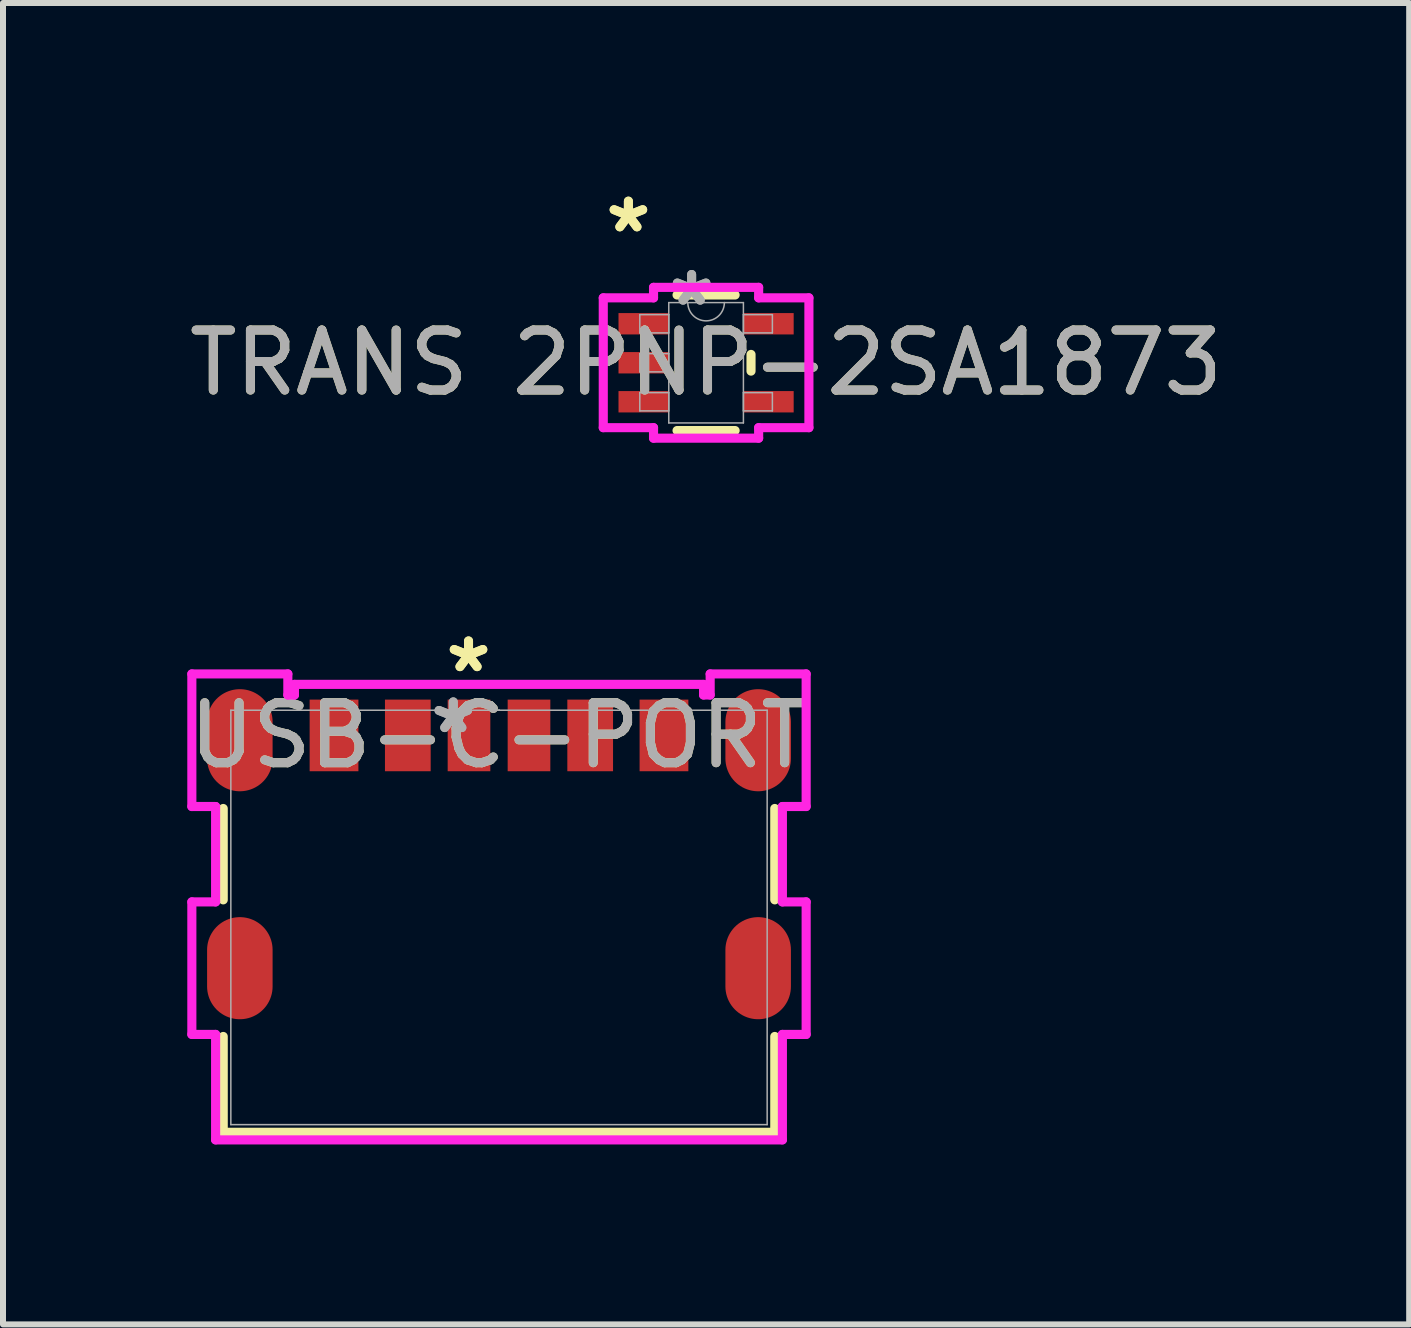
<source format=kicad_pcb>
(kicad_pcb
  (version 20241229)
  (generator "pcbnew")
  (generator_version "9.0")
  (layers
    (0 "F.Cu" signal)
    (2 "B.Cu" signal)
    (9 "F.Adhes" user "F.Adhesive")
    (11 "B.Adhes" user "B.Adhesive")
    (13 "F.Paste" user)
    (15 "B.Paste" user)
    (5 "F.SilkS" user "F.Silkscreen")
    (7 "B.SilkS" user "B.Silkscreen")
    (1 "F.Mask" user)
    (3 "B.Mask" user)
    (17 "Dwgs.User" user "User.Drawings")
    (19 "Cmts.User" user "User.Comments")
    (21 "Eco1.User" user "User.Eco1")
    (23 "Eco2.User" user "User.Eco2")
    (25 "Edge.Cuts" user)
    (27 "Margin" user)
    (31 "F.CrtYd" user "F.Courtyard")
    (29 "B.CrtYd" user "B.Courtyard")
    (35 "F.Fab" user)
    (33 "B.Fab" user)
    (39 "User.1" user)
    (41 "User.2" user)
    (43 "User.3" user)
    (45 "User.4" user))
  (footprint "USB-C-PORT"
    (layer "F.Cu")
    (at 5.268 12.243)
    (property "Reference" "USB-C-PORT" (at 0 -3.034 0) (unlocked yes) (layer "F.SilkS") (effects (font (size 1 1) (thickness 0.15))))
    (attr smd)
    (fp_line (start -4.597 -1.816) (end -4.597 -0.293) (stroke (width 0.152) (type solid)) (layer "F.SilkS"))
    (fp_line (start -4.597 1.984) (end -4.597 3.581) (stroke (width 0.152) (type solid)) (layer "F.SilkS"))
    (fp_line (start -4.597 3.581) (end 4.597 3.581) (stroke (width 0.152) (type solid)) (layer "F.SilkS"))
    (fp_line (start 4.597 -0.293) (end 4.597 -1.816) (stroke (width 0.152) (type solid)) (layer "F.SilkS"))
    (fp_line (start 4.597 3.581) (end 4.597 1.984) (stroke (width 0.152) (type solid)) (layer "F.SilkS"))
    (fp_line (start -5.12 -4.059) (end -5.12 -1.849) (stroke (width 0.152) (type solid)) (layer "F.CrtYd"))
    (fp_line (start -5.12 -1.849) (end -4.724 -1.849) (stroke (width 0.152) (type solid)) (layer "F.CrtYd"))
    (fp_line (start -5.12 -0.259) (end -5.12 1.95) (stroke (width 0.152) (type solid)) (layer "F.CrtYd"))
    (fp_line (start -5.12 1.95) (end -4.724 1.95) (stroke (width 0.152) (type solid)) (layer "F.CrtYd"))
    (fp_line (start -4.724 -1.849) (end -4.724 -0.259) (stroke (width 0.152) (type solid)) (layer "F.CrtYd"))
    (fp_line (start -4.724 -0.259) (end -5.12 -0.259) (stroke (width 0.152) (type solid)) (layer "F.CrtYd"))
    (fp_line (start -4.724 1.95) (end -4.724 3.708) (stroke (width 0.152) (type solid)) (layer "F.CrtYd"))
    (fp_line (start -4.724 3.708) (end 4.724 3.708) (stroke (width 0.152) (type solid)) (layer "F.CrtYd"))
    (fp_line (start -3.52 -4.059) (end -5.12 -4.059) (stroke (width 0.152) (type solid)) (layer "F.CrtYd"))
    (fp_line (start -3.52 -3.708) (end -3.52 -4.059) (stroke (width 0.152) (type solid)) (layer "F.CrtYd"))
    (fp_line (start -3.41 -3.885) (end -3.41 -3.708) (stroke (width 0.152) (type solid)) (layer "F.CrtYd"))
    (fp_line (start -3.41 -3.708) (end -3.52 -3.708) (stroke (width 0.152) (type solid)) (layer "F.CrtYd"))
    (fp_line (start 3.41 -3.885) (end -3.41 -3.885) (stroke (width 0.152) (type solid)) (layer "F.CrtYd"))
    (fp_line (start 3.41 -3.708) (end 3.41 -3.885) (stroke (width 0.152) (type solid)) (layer "F.CrtYd"))
    (fp_line (start 3.52 -4.059) (end 3.52 -3.708) (stroke (width 0.152) (type solid)) (layer "F.CrtYd"))
    (fp_line (start 3.52 -3.708) (end 3.41 -3.708) (stroke (width 0.152) (type solid)) (layer "F.CrtYd"))
    (fp_line (start 4.724 -1.849) (end 5.12 -1.849) (stroke (width 0.152) (type solid)) (layer "F.CrtYd"))
    (fp_line (start 4.724 -0.259) (end 4.724 -1.849) (stroke (width 0.152) (type solid)) (layer "F.CrtYd"))
    (fp_line (start 4.724 1.95) (end 5.12 1.95) (stroke (width 0.152) (type solid)) (layer "F.CrtYd"))
    (fp_line (start 4.724 3.708) (end 4.724 1.95) (stroke (width 0.152) (type solid)) (layer "F.CrtYd"))
    (fp_line (start 5.12 -4.059) (end 3.52 -4.059) (stroke (width 0.152) (type solid)) (layer "F.CrtYd"))
    (fp_line (start 5.12 -1.849) (end 5.12 -4.059) (stroke (width 0.152) (type solid)) (layer "F.CrtYd"))
    (fp_line (start 5.12 -0.259) (end 4.724 -0.259) (stroke (width 0.152) (type solid)) (layer "F.CrtYd"))
    (fp_line (start 5.12 1.95) (end 5.12 -0.259) (stroke (width 0.152) (type solid)) (layer "F.CrtYd"))
    (fp_line (start -4.47 -3.454) (end -4.47 3.454) (stroke (width 0.025) (type solid)) (layer "F.Fab"))
    (fp_line (start -4.47 3.454) (end 4.47 3.454) (stroke (width 0.025) (type solid)) (layer "F.Fab"))
    (fp_line (start 0 -3.454) (end 0 -3.454) (stroke (width 0.025) (type solid)) (layer "F.Fab"))
    (fp_line (start 0 -3.454) (end 0 -3.454) (stroke (width 0.025) (type solid)) (layer "F.Fab"))
    (fp_line (start 0 -3.454) (end 0 -3.454) (stroke (width 0.025) (type solid)) (layer "F.Fab"))
    (fp_line (start 0 -3.454) (end 0 -3.454) (stroke (width 0.025) (type solid)) (layer "F.Fab"))
    (fp_line (start 4.47 -3.454) (end -4.47 -3.454) (stroke (width 0.025) (type solid)) (layer "F.Fab"))
    (fp_line (start 4.47 3.454) (end 4.47 -3.454) (stroke (width 0.025) (type solid)) (layer "F.Fab"))
    (fp_text user "*" (at -0.508 -4.064 0) (unlocked yes) (layer "F.SilkS") (effects (font (size 1 1) (thickness 0.15))))
    (fp_text user "*" (at -0.508 -4.064 0) (layer "F.SilkS") (effects (font (size 1 1) (thickness 0.15))))
    (fp_text user "*" (at -0.762 -3.048 0) (unlocked yes) (layer "F.Fab") (effects (font (size 1 1) (thickness 0.15))))
    (fp_text user "${REFERENCE}" (at 0 -3.034 0) (unlocked yes) (layer "F.Fab") (effects (font (size 1 1) (thickness 0.15))))
    (fp_text user "*" (at -0.762 -3.048 0) (layer "F.Fab") (effects (font (size 1 1) (thickness 0.15))))
    (pad "7" smd oval (at -4.32 -2.954) (size 1.092 1.702) (layers "F.Cu" "F.Mask" "F.Paste"))
    (pad "8" smd oval (at 4.32 -2.954) (size 1.092 1.702) (layers "F.Cu" "F.Mask" "F.Paste"))
    (pad "9" smd oval (at -4.32 0.846) (size 1.092 1.702) (layers "F.Cu" "F.Mask" "F.Paste"))
    (pad "10" smd oval (at 4.32 0.846) (size 1.092 1.702) (layers "F.Cu" "F.Mask" "F.Paste"))
    (pad "A5" smd rect (at -0.5 -3.034) (size 0.711 1.194) (layers "F.Cu" "F.Mask" "F.Paste"))
    (pad "A9" smd rect (at 1.52 -3.034) (size 0.762 1.194) (layers "F.Cu" "F.Mask" "F.Paste"))
    (pad "A12" smd rect (at 2.75 -3.034) (size 0.813 1.194) (layers "F.Cu" "F.Mask" "F.Paste"))
    (pad "B5" smd rect (at 0.5 -3.034) (size 0.711 1.194) (layers "F.Cu" "F.Mask" "F.Paste"))
    (pad "B9" smd rect (at -1.52 -3.034) (size 0.762 1.194) (layers "F.Cu" "F.Mask" "F.Paste"))
    (pad "B12" smd rect (at -2.75 -3.034) (size 0.813 1.194) (layers "F.Cu" "F.Mask" "F.Paste")))
  (footprint "TRANS 2PNP-2SA1873"
    (layer "F.Cu")
    (at 8.72 2.997)
    (property "Reference" "TRANS 2PNP-2SA1873" (at 0 0 0) (unlocked yes) (layer "F.SilkS") (effects (font (size 1 1) (thickness 0.15))))
    (attr smd)
    (fp_line (start -0.484 1.13) (end 0.484 1.13) (stroke (width 0.152) (type solid)) (layer "F.SilkS"))
    (fp_line (start 0.484 -1.13) (end -0.484 -1.13) (stroke (width 0.152) (type solid)) (layer "F.SilkS"))
    (fp_line (start 0.749 0.139) (end 0.749 -0.139) (stroke (width 0.152) (type solid)) (layer "F.SilkS"))
    (fp_line (start -1.714 -1.082) (end -0.876 -1.082) (stroke (width 0.152) (type solid)) (layer "F.CrtYd"))
    (fp_line (start -1.714 1.082) (end -1.714 -1.082) (stroke (width 0.152) (type solid)) (layer "F.CrtYd"))
    (fp_line (start -1.714 1.082) (end -0.876 1.082) (stroke (width 0.152) (type solid)) (layer "F.CrtYd"))
    (fp_line (start -0.876 -1.257) (end 0.876 -1.257) (stroke (width 0.152) (type solid)) (layer "F.CrtYd"))
    (fp_line (start -0.876 -1.082) (end -0.876 -1.257) (stroke (width 0.152) (type solid)) (layer "F.CrtYd"))
    (fp_line (start -0.876 1.257) (end -0.876 1.082) (stroke (width 0.152) (type solid)) (layer "F.CrtYd"))
    (fp_line (start 0.876 -1.257) (end 0.876 -1.082) (stroke (width 0.152) (type solid)) (layer "F.CrtYd"))
    (fp_line (start 0.876 1.082) (end 0.876 1.257) (stroke (width 0.152) (type solid)) (layer "F.CrtYd"))
    (fp_line (start 0.876 1.257) (end -0.876 1.257) (stroke (width 0.152) (type solid)) (layer "F.CrtYd"))
    (fp_line (start 1.714 -1.082) (end 0.876 -1.082) (stroke (width 0.152) (type solid)) (layer "F.CrtYd"))
    (fp_line (start 1.714 -1.082) (end 1.714 1.082) (stroke (width 0.152) (type solid)) (layer "F.CrtYd"))
    (fp_line (start 1.714 1.082) (end 0.876 1.082) (stroke (width 0.152) (type solid)) (layer "F.CrtYd"))
    (fp_line (start -1.105 -0.802) (end -1.105 -0.498) (stroke (width 0.025) (type solid)) (layer "F.Fab"))
    (fp_line (start -1.105 -0.498) (end -0.622 -0.498) (stroke (width 0.025) (type solid)) (layer "F.Fab"))
    (fp_line (start -1.105 -0.152) (end -1.105 0.152) (stroke (width 0.025) (type solid)) (layer "F.Fab"))
    (fp_line (start -1.105 0.152) (end -0.622 0.152) (stroke (width 0.025) (type solid)) (layer "F.Fab"))
    (fp_line (start -1.105 0.498) (end -1.105 0.802) (stroke (width 0.025) (type solid)) (layer "F.Fab"))
    (fp_line (start -1.105 0.802) (end -0.622 0.802) (stroke (width 0.025) (type solid)) (layer "F.Fab"))
    (fp_line (start -0.622 -1.003) (end -0.622 1.003) (stroke (width 0.025) (type solid)) (layer "F.Fab"))
    (fp_line (start -0.622 -0.802) (end -1.105 -0.802) (stroke (width 0.025) (type solid)) (layer "F.Fab"))
    (fp_line (start -0.622 -0.498) (end -0.622 -0.802) (stroke (width 0.025) (type solid)) (layer "F.Fab"))
    (fp_line (start -0.622 -0.152) (end -1.105 -0.152) (stroke (width 0.025) (type solid)) (layer "F.Fab"))
    (fp_line (start -0.622 0.152) (end -0.622 -0.152) (stroke (width 0.025) (type solid)) (layer "F.Fab"))
    (fp_line (start -0.622 0.498) (end -1.105 0.498) (stroke (width 0.025) (type solid)) (layer "F.Fab"))
    (fp_line (start -0.622 0.802) (end -0.622 0.498) (stroke (width 0.025) (type solid)) (layer "F.Fab"))
    (fp_line (start -0.622 1.003) (end 0.622 1.003) (stroke (width 0.025) (type solid)) (layer "F.Fab"))
    (fp_line (start 0.622 -1.003) (end -0.622 -1.003) (stroke (width 0.025) (type solid)) (layer "F.Fab"))
    (fp_line (start 0.622 -0.802) (end 0.622 -0.498) (stroke (width 0.025) (type solid)) (layer "F.Fab"))
    (fp_line (start 0.622 -0.498) (end 1.105 -0.498) (stroke (width 0.025) (type solid)) (layer "F.Fab"))
    (fp_line (start 0.622 0.498) (end 0.622 0.802) (stroke (width 0.025) (type solid)) (layer "F.Fab"))
    (fp_line (start 0.622 0.802) (end 1.105 0.802) (stroke (width 0.025) (type solid)) (layer "F.Fab"))
    (fp_line (start 0.622 1.003) (end 0.622 -1.003) (stroke (width 0.025) (type solid)) (layer "F.Fab"))
    (fp_line (start 1.105 -0.802) (end 0.622 -0.802) (stroke (width 0.025) (type solid)) (layer "F.Fab"))
    (fp_line (start 1.105 -0.498) (end 1.105 -0.802) (stroke (width 0.025) (type solid)) (layer "F.Fab"))
    (fp_line (start 1.105 0.498) (end 0.622 0.498) (stroke (width 0.025) (type solid)) (layer "F.Fab"))
    (fp_line (start 1.105 0.802) (end 1.105 0.498) (stroke (width 0.025) (type solid)) (layer "F.Fab"))
    (fp_arc (start 0.3048 -1.0033) (mid 0 -0.6985) (end -0.3048 -1.0033) (stroke (width 0.0254) (type solid)) (layer "F.Fab"))
    (fp_text user "*" (at -1.295 -2.149 0) (layer "F.SilkS") (effects (font (size 1 1) (thickness 0.15))))
    (fp_text user "*" (at -1.295 -2.149 0) (unlocked yes) (layer "F.SilkS") (effects (font (size 1 1) (thickness 0.15))))
    (fp_text user "*" (at -0.241 -0.927 0) (layer "F.Fab") (effects (font (size 1 1) (thickness 0.15))))
    (fp_text user "${REFERENCE}" (at 0 0 0) (unlocked yes) (layer "F.Fab") (effects (font (size 1 1) (thickness 0.15))))
    (fp_text user "*" (at -0.241 -0.927 0) (unlocked yes) (layer "F.Fab") (effects (font (size 1 1) (thickness 0.15))))
    (pad "1" smd rect (at -1.041 -0.65) (size 0.838 0.356) (layers "F.Cu" "F.Mask" "F.Paste"))
    (pad "2" smd rect (at -1.041 0) (size 0.838 0.356) (layers "F.Cu" "F.Mask" "F.Paste"))
    (pad "3" smd rect (at -1.041 0.65) (size 0.838 0.356) (layers "F.Cu" "F.Mask" "F.Paste"))
    (pad "4" smd rect (at 1.041 0.65) (size 0.838 0.356) (layers "F.Cu" "F.Mask" "F.Paste"))
    (pad "5" smd rect (at 1.041 -0.65) (size 0.838 0.356) (layers "F.Cu" "F.Mask" "F.Paste")))
  (gr_rect
    (start -3 -3)
    (end 20.44 19.027)
    (stroke (width 0.1) (type default))
    (fill no)
    (layer "Edge.Cuts")))
</source>
